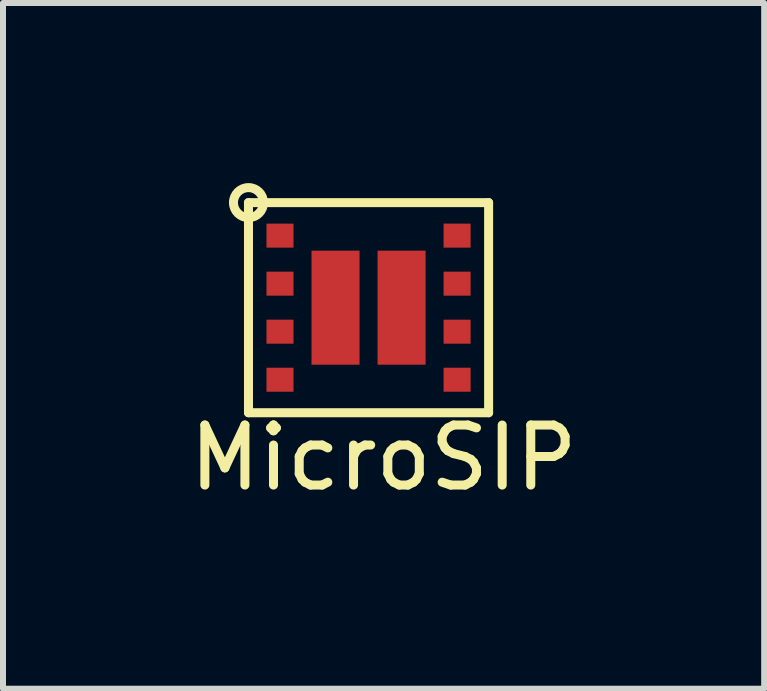
<source format=kicad_pcb>
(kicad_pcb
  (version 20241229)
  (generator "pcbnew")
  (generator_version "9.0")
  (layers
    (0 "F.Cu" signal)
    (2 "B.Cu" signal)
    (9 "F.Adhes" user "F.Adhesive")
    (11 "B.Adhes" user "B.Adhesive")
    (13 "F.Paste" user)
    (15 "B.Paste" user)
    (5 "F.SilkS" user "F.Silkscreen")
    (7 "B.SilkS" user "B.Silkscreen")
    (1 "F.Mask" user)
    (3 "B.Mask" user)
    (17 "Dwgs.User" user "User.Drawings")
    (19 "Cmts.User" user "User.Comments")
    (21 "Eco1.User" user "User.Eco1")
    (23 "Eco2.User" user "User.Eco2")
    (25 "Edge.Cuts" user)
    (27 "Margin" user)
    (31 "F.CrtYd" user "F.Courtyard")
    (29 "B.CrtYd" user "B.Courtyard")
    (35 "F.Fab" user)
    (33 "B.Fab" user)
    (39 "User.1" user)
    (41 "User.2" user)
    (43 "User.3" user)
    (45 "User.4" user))
  (footprint "MicroSIP"
    (layer "F.Cu")
    (at 3.089 2.075)
    (property "Reference" "MicroSIP" (at 0.25 2.5 0) (layer "F.SilkS") (effects (font (size 1 1) (thickness 0.15))))
    (attr through_hole)
    (fp_line (start -2 -1.75) (end 2 -1.75) (stroke (width 0.15) (type solid)) (layer "F.SilkS"))
    (fp_line (start -2 1.75) (end -2 -1.75) (stroke (width 0.15) (type solid)) (layer "F.SilkS"))
    (fp_line (start 2 -1.75) (end 2 1.75) (stroke (width 0.15) (type solid)) (layer "F.SilkS"))
    (fp_line (start 2 1.75) (end -2 1.75) (stroke (width 0.15) (type solid)) (layer "F.SilkS"))
    (fp_circle (center -2 -1.75) (end -2.25 -1.75) (stroke (width 0.15) (type solid)) (fill no) (layer "F.SilkS"))
    (pad "1" smd rect (at -1.475 -1.2) (size 0.45 0.4) (layers "F.Cu" "F.Mask" "F.Paste"))
    (pad "2" smd rect (at -1.475 -0.4) (size 0.45 0.4) (layers "F.Cu" "F.Mask" "F.Paste"))
    (pad "3" smd rect (at -1.475 0.4) (size 0.45 0.4) (layers "F.Cu" "F.Mask" "F.Paste"))
    (pad "4" smd rect (at -1.475 1.2) (size 0.45 0.4) (layers "F.Cu" "F.Mask" "F.Paste"))
    (pad "5" smd rect (at 1.475 1.2) (size 0.45 0.4) (layers "F.Cu" "F.Mask" "F.Paste"))
    (pad "6" smd rect (at 1.475 0.4) (size 0.45 0.4) (layers "F.Cu" "F.Mask" "F.Paste"))
    (pad "7" smd rect (at 1.475 -0.4) (size 0.45 0.4) (layers "F.Cu" "F.Mask" "F.Paste"))
    (pad "8" smd rect (at 1.475 -1.2) (size 0.45 0.4) (layers "F.Cu" "F.Mask" "F.Paste"))
    (pad "9" smd rect (at -0.55 0) (size 0.8 1.9) (layers "F.Cu" "F.Mask" "F.Paste"))
    (pad "10" smd rect (at 0.55 0) (size 0.8 1.9) (layers "F.Cu" "F.Mask" "F.Paste")))
  (gr_rect
    (start -3 -3)
    (end 9.679 8.423)
    (stroke (width 0.1) (type default))
    (fill no)
    (layer "Edge.Cuts")))
</source>
